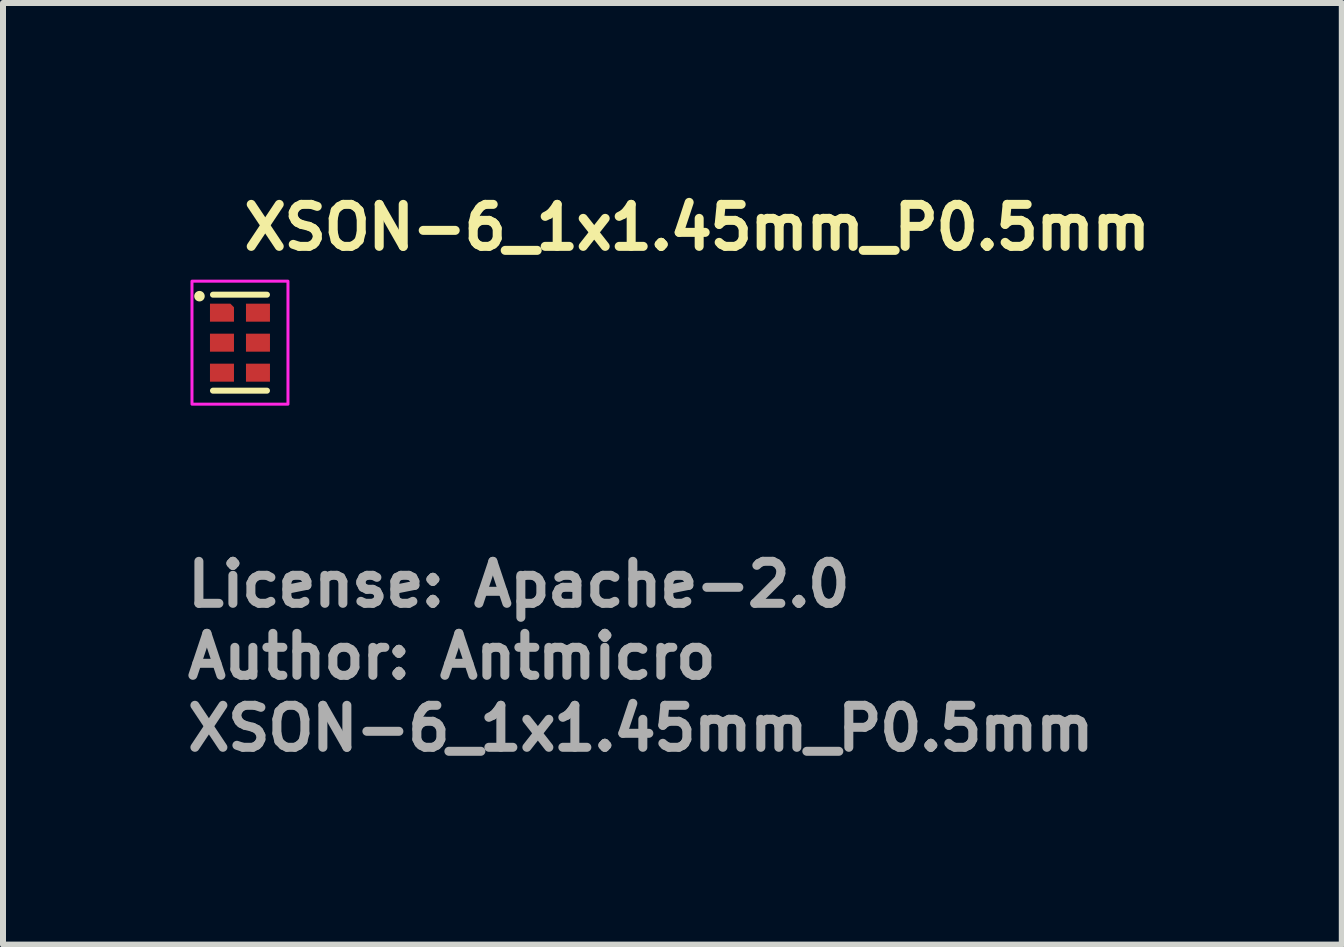
<source format=kicad_pcb>
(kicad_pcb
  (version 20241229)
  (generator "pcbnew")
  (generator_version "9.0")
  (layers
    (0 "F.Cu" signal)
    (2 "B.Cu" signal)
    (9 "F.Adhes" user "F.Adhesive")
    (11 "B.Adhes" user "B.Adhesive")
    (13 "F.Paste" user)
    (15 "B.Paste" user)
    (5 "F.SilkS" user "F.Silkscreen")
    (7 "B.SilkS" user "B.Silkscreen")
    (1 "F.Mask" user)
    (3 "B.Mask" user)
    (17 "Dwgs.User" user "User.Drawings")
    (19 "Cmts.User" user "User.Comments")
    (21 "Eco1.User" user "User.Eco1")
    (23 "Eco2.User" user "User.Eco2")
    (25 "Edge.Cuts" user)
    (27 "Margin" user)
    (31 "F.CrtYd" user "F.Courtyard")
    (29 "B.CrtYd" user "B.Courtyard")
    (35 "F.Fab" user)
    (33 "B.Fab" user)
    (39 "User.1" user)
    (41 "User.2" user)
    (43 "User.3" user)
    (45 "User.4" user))
  (footprint "XSON-6_1x1.45mm_P0.5mm"
    (layer "F.Cu")
    (at 0.95 2.662)
    (property "Reference" "XSON-6_1x1.45mm_P0.5mm" (at -0.011 -1.512 0) (layer "F.SilkS") (effects (font (size 0.7 0.7) (thickness 0.15)) (justify left bottom)))
    (attr smd)
    (fp_line (start -0.45 -0.8) (end 0.45 -0.8) (stroke (width 0.1) (type default)) (layer "F.SilkS"))
    (fp_line (start -0.45 0.8) (end 0.45 0.8) (stroke (width 0.1) (type default)) (layer "F.SilkS"))
    (fp_circle (center -0.675 -0.775) (end -0.625 -0.775) (stroke (width 0.075) (type solid)) (fill yes) (layer "F.SilkS"))
    (fp_rect (start -0.8 -1.025) (end 0.8 1.025) (stroke (width 0.05) (type solid)) (fill no) (layer "F.CrtYd"))
    (fp_rect (start -0.5 -0.725) (end 0.5 0.725) (stroke (width 0.1) (type solid)) (fill no) (layer "User.5"))
    (fp_line (start -0.49 -0.605) (end -0.49 -0.372) (stroke (width 0.02) (type solid)) (layer "User.9"))
    (fp_line (start -0.49 -0.372) (end -0.489 -0.372) (stroke (width 0.02) (type solid)) (layer "User.9"))
    (fp_line (start -0.49 -0.088) (end -0.49 0.107) (stroke (width 0.02) (type solid)) (layer "User.9"))
    (fp_line (start -0.49 -0.088) (end -0.489 -0.088) (stroke (width 0.02) (type solid)) (layer "User.9"))
    (fp_line (start -0.49 0.107) (end -0.489 0.107) (stroke (width 0.02) (type solid)) (layer "User.9"))
    (fp_line (start -0.49 0.392) (end -0.49 0.624) (stroke (width 0.02) (type solid)) (layer "User.9"))
    (fp_line (start -0.49 0.392) (end -0.489 0.392) (stroke (width 0.02) (type solid)) (layer "User.9"))
    (fp_line (start -0.49 0.624) (end -0.489 0.624) (stroke (width 0.02) (type solid)) (layer "User.9"))
    (fp_line (start -0.489 -0.715) (end 0.51 -0.715) (stroke (width 0.02) (type solid)) (layer "User.9"))
    (fp_line (start -0.489 -0.605) (end -0.49 -0.605) (stroke (width 0.02) (type solid)) (layer "User.9"))
    (fp_line (start -0.489 0.734) (end -0.489 -0.715) (stroke (width 0.02) (type solid)) (layer "User.9"))
    (fp_line (start -0.38 -0.715) (end -0.38 -0.715) (stroke (width 0.02) (type solid)) (layer "User.9"))
    (fp_line (start -0.38 -0.715) (end -0.182 -0.715) (stroke (width 0.02) (type solid)) (layer "User.9"))
    (fp_line (start -0.38 0.734) (end -0.38 0.735) (stroke (width 0.02) (type solid)) (layer "User.9"))
    (fp_line (start -0.38 0.735) (end -0.182 0.735) (stroke (width 0.02) (type solid)) (layer "User.9"))
    (fp_line (start -0.275 -0.19) (end -0.272 -0.196) (stroke (width 0.02) (type solid)) (layer "User.9"))
    (fp_line (start -0.275 -0.13) (end -0.275 -0.19) (stroke (width 0.02) (type solid)) (layer "User.9"))
    (fp_line (start -0.275 0.139) (end -0.272 0.129) (stroke (width 0.02) (type solid)) (layer "User.9"))
    (fp_line (start -0.275 0.199) (end -0.275 0.139) (stroke (width 0.02) (type solid)) (layer "User.9"))
    (fp_line (start -0.273 0.203) (end -0.275 0.199) (stroke (width 0.02) (type solid)) (layer "User.9"))
    (fp_line (start -0.272 -0.196) (end -0.265 -0.196) (stroke (width 0.02) (type solid)) (layer "User.9"))
    (fp_line (start -0.272 -0.121) (end -0.275 -0.13) (stroke (width 0.02) (type solid)) (layer "User.9"))
    (fp_line (start -0.272 0.129) (end -0.265 0.123) (stroke (width 0.02) (type solid)) (layer "User.9"))
    (fp_line (start -0.268 0.205) (end -0.273 0.203) (stroke (width 0.02) (type solid)) (layer "User.9"))
    (fp_line (start -0.265 -0.196) (end -0.045 -0.083) (stroke (width 0.02) (type solid)) (layer "User.9"))
    (fp_line (start -0.265 -0.114) (end -0.272 -0.121) (stroke (width 0.02) (type solid)) (layer "User.9"))
    (fp_line (start -0.265 0.123) (end -0.091 0.033) (stroke (width 0.02) (type solid)) (layer "User.9"))
    (fp_line (start -0.265 0.205) (end -0.268 0.205) (stroke (width 0.02) (type solid)) (layer "User.9"))
    (fp_line (start -0.182 -0.715) (end -0.182 -0.715) (stroke (width 0.02) (type solid)) (layer "User.9"))
    (fp_line (start -0.182 0.734) (end -0.182 0.735) (stroke (width 0.02) (type solid)) (layer "User.9"))
    (fp_line (start -0.091 -0.025) (end -0.265 -0.114) (stroke (width 0.02) (type solid)) (layer "User.9"))
    (fp_line (start -0.091 0.033) (end -0.069 0.025) (stroke (width 0.02) (type solid)) (layer "User.9"))
    (fp_line (start -0.069 -0.016) (end -0.091 -0.025) (stroke (width 0.02) (type solid)) (layer "User.9"))
    (fp_line (start -0.069 0.025) (end -0.045 0.022) (stroke (width 0.02) (type solid)) (layer "User.9"))
    (fp_line (start -0.045 -0.083) (end 0.175 -0.196) (stroke (width 0.02) (type solid)) (layer "User.9"))
    (fp_line (start -0.045 -0.014) (end -0.069 -0.016) (stroke (width 0.02) (type solid)) (layer "User.9"))
    (fp_line (start -0.045 0.022) (end -0.022 0.025) (stroke (width 0.02) (type solid)) (layer "User.9"))
    (fp_line (start -0.045 0.092) (end -0.265 0.205) (stroke (width 0.02) (type solid)) (layer "User.9"))
    (fp_line (start -0.022 -0.016) (end -0.045 -0.014) (stroke (width 0.02) (type solid)) (layer "User.9"))
    (fp_line (start -0.022 0.025) (end 0.001 0.033) (stroke (width 0.02) (type solid)) (layer "User.9"))
    (fp_line (start 0.001 -0.025) (end -0.022 -0.016) (stroke (width 0.02) (type solid)) (layer "User.9"))
    (fp_line (start 0.001 0.033) (end 0.175 0.123) (stroke (width 0.02) (type solid)) (layer "User.9"))
    (fp_line (start 0.116 -0.28) (end 0.123 -0.294) (stroke (width 0.02) (type solid)) (layer "User.9"))
    (fp_line (start 0.116 -0.264) (end 0.116 -0.28) (stroke (width 0.02) (type solid)) (layer "User.9"))
    (fp_line (start 0.123 -0.294) (end 0.135 -0.303) (stroke (width 0.02) (type solid)) (layer "User.9"))
    (fp_line (start 0.123 -0.25) (end 0.116 -0.264) (stroke (width 0.02) (type solid)) (layer "User.9"))
    (fp_line (start 0.135 -0.303) (end 0.15 -0.307) (stroke (width 0.02) (type solid)) (layer "User.9"))
    (fp_line (start 0.135 -0.241) (end 0.123 -0.25) (stroke (width 0.02) (type solid)) (layer "User.9"))
    (fp_line (start 0.15 -0.307) (end 0.165 -0.303) (stroke (width 0.02) (type solid)) (layer "User.9"))
    (fp_line (start 0.15 -0.237) (end 0.135 -0.241) (stroke (width 0.02) (type solid)) (layer "User.9"))
    (fp_line (start 0.165 -0.303) (end 0.177 -0.294) (stroke (width 0.02) (type solid)) (layer "User.9"))
    (fp_line (start 0.165 -0.241) (end 0.15 -0.237) (stroke (width 0.02) (type solid)) (layer "User.9"))
    (fp_line (start 0.175 -0.196) (end 0.182 -0.196) (stroke (width 0.02) (type solid)) (layer "User.9"))
    (fp_line (start 0.175 -0.114) (end 0.001 -0.025) (stroke (width 0.02) (type solid)) (layer "User.9"))
    (fp_line (start 0.175 0.123) (end 0.182 0.129) (stroke (width 0.02) (type solid)) (layer "User.9"))
    (fp_line (start 0.175 0.205) (end -0.045 0.092) (stroke (width 0.02) (type solid)) (layer "User.9"))
    (fp_line (start 0.177 -0.294) (end 0.184 -0.28) (stroke (width 0.02) (type solid)) (layer "User.9"))
    (fp_line (start 0.177 -0.25) (end 0.165 -0.241) (stroke (width 0.02) (type solid)) (layer "User.9"))
    (fp_line (start 0.178 0.205) (end 0.175 0.205) (stroke (width 0.02) (type solid)) (layer "User.9"))
    (fp_line (start 0.182 -0.196) (end 0.185 -0.19) (stroke (width 0.02) (type solid)) (layer "User.9"))
    (fp_line (start 0.182 -0.121) (end 0.175 -0.114) (stroke (width 0.02) (type solid)) (layer "User.9"))
    (fp_line (start 0.182 0.129) (end 0.185 0.139) (stroke (width 0.02) (type solid)) (layer "User.9"))
    (fp_line (start 0.183 0.203) (end 0.178 0.205) (stroke (width 0.02) (type solid)) (layer "User.9"))
    (fp_line (start 0.184 -0.28) (end 0.184 -0.264) (stroke (width 0.02) (type solid)) (layer "User.9"))
    (fp_line (start 0.184 -0.264) (end 0.177 -0.25) (stroke (width 0.02) (type solid)) (layer "User.9"))
    (fp_line (start 0.185 -0.19) (end 0.185 -0.13) (stroke (width 0.02) (type solid)) (layer "User.9"))
    (fp_line (start 0.185 -0.13) (end 0.182 -0.121) (stroke (width 0.02) (type solid)) (layer "User.9"))
    (fp_line (start 0.185 0.139) (end 0.185 0.199) (stroke (width 0.02) (type solid)) (layer "User.9"))
    (fp_line (start 0.185 0.199) (end 0.183 0.203) (stroke (width 0.02) (type solid)) (layer "User.9"))
    (fp_line (start 0.203 -0.715) (end 0.203 -0.715) (stroke (width 0.02) (type solid)) (layer "User.9"))
    (fp_line (start 0.203 -0.715) (end 0.4 -0.715) (stroke (width 0.02) (type solid)) (layer "User.9"))
    (fp_line (start 0.203 0.734) (end 0.203 0.735) (stroke (width 0.02) (type solid)) (layer "User.9"))
    (fp_line (start 0.203 0.735) (end 0.4 0.735) (stroke (width 0.02) (type solid)) (layer "User.9"))
    (fp_line (start 0.4 -0.715) (end 0.4 -0.715) (stroke (width 0.02) (type solid)) (layer "User.9"))
    (fp_line (start 0.4 0.735) (end 0.4 0.734) (stroke (width 0.02) (type solid)) (layer "User.9"))
    (fp_line (start 0.51 -0.715) (end 0.51 0.734) (stroke (width 0.02) (type solid)) (layer "User.9"))
    (fp_line (start 0.51 -0.605) (end 0.51 -0.605) (stroke (width 0.02) (type solid)) (layer "User.9"))
    (fp_line (start 0.51 -0.605) (end 0.51 -0.372) (stroke (width 0.02) (type solid)) (layer "User.9"))
    (fp_line (start 0.51 -0.372) (end 0.51 -0.372) (stroke (width 0.02) (type solid)) (layer "User.9"))
    (fp_line (start 0.51 -0.088) (end 0.51 -0.088) (stroke (width 0.02) (type solid)) (layer "User.9"))
    (fp_line (start 0.51 -0.088) (end 0.51 0.107) (stroke (width 0.02) (type solid)) (layer "User.9"))
    (fp_line (start 0.51 0.107) (end 0.51 0.107) (stroke (width 0.02) (type solid)) (layer "User.9"))
    (fp_line (start 0.51 0.392) (end 0.51 0.392) (stroke (width 0.02) (type solid)) (layer "User.9"))
    (fp_line (start 0.51 0.392) (end 0.51 0.624) (stroke (width 0.02) (type solid)) (layer "User.9"))
    (fp_line (start 0.51 0.624) (end 0.51 0.624) (stroke (width 0.02) (type solid)) (layer "User.9"))
    (fp_line (start 0.51 0.734) (end -0.489 0.734) (stroke (width 0.02) (type solid)) (layer "User.9"))
    (fp_text user "License: Apache-2.0" (at -0.95 4.438 0) (layer "F.Fab") (effects (font (size 0.7 0.7) (thickness 0.15)) (justify left bottom)))
    (fp_text user "Author: Antmicro" (at -0.95 5.638 0) (layer "F.Fab") (effects (font (size 0.7 0.7) (thickness 0.15)) (justify left bottom)))
    (fp_text user "${REFERENCE}" (at -0.95 6.838 0) (layer "F.Fab") (effects (font (size 0.7 0.7) (thickness 0.15)) (justify left bottom)))
    (pad "1" smd roundrect (at -0.3 -0.5) (size 0.4 0.3) (layers "F.Cu" "F.Mask" "F.Paste") (roundrect_rratio 0) (chamfer_ratio 0.2) (chamfer top_right))
    (pad "2" smd rect (at -0.3 0) (size 0.4 0.3) (layers "F.Cu" "F.Mask" "F.Paste"))
    (pad "3" smd rect (at -0.3 0.5) (size 0.4 0.3) (layers "F.Cu" "F.Mask" "F.Paste"))
    (pad "4" smd rect (at 0.3 0.5) (size 0.4 0.3) (layers "F.Cu" "F.Mask" "F.Paste"))
    (pad "5" smd rect (at 0.3 0) (size 0.4 0.3) (layers "F.Cu" "F.Mask" "F.Paste"))
    (pad "6" smd rect (at 0.3 -0.5) (size 0.4 0.3) (layers "F.Cu" "F.Mask" "F.Paste")))
  (gr_rect
    (start -3 -3)
    (end 19.316 12.695)
    (stroke (width 0.1) (type default))
    (fill no)
    (layer "Edge.Cuts")))
</source>
